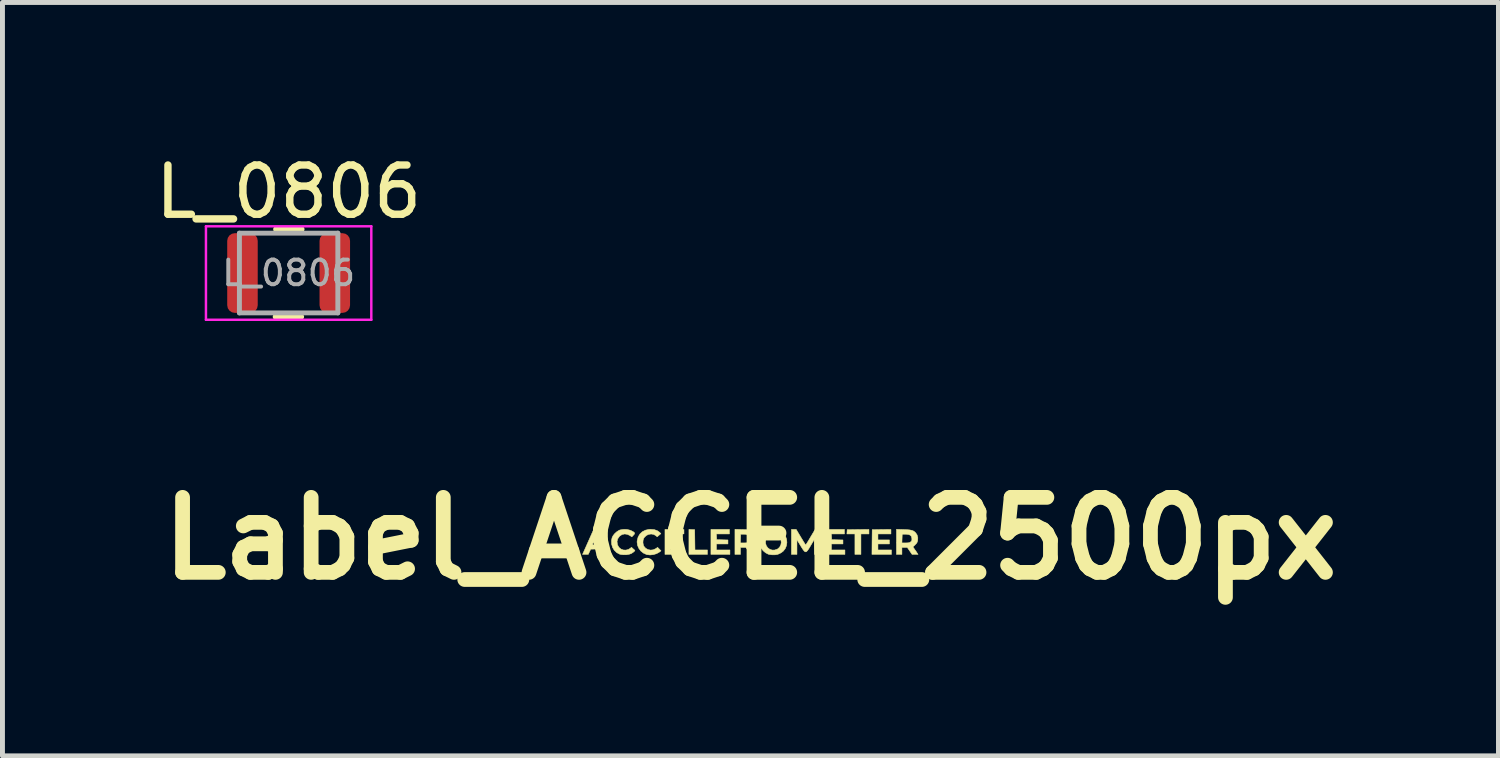
<source format=kicad_pcb>
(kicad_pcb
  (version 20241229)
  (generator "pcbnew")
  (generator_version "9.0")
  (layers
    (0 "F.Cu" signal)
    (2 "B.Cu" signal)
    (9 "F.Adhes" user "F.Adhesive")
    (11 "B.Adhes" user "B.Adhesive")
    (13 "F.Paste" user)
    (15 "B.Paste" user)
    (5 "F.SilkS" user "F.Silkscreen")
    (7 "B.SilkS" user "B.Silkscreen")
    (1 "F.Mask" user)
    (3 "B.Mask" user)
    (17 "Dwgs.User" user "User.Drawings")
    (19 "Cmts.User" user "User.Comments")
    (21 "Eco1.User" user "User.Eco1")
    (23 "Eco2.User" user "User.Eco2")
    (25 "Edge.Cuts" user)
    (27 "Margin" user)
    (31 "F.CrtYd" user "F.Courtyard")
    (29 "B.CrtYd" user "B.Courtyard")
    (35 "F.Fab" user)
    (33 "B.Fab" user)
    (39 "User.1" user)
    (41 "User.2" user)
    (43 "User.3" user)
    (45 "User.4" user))
  (footprint "Label_ACCEL_2500px"
    (layer "F.Cu")
    (at 12.199 7.891)
    (property "Reference" "Label_ACCEL_2500px" (at 0 0 0) (layer "F.SilkS") (effects (font (size 1.524 1.524) (thickness 0.3))))
    (attr through_hole)
    (fp_poly (pts (xy -1.191 -0.181) (xy -1.133 -0.178) (xy -1.127 0.234) (xy -0.874 0.234) (xy -0.874 0.325) (xy -1.25 0.325) (xy -1.25 -0.184) (xy -1.191 -0.181)) (stroke (width 0.01) (type solid)) (fill yes) (layer "F.SilkS"))
    (fp_poly (pts (xy 2.408 -0.091) (xy 2.245 -0.091) (xy 2.245 0.325) (xy 2.123 0.325) (xy 2.123 -0.091) (xy 1.96 -0.091) (xy 1.963 -0.135) (xy 1.966 -0.178) (xy 2.187 -0.181) (xy 2.408 -0.183) (xy 2.408 -0.091)) (stroke (width 0.01) (type solid)) (fill yes) (layer "F.SilkS"))
    (fp_poly (pts (xy -1.351 -0.092) (xy -1.621 -0.086) (xy -1.621 0.025) (xy -1.382 0.031) (xy -1.382 0.111) (xy -1.501 0.114) (xy -1.621 0.117) (xy -1.624 0.175) (xy -1.627 0.234) (xy -1.341 0.234) (xy -1.341 0.325) (xy -1.737 0.325) (xy -1.737 -0.183) (xy -1.351 -0.183) (xy -1.351 -0.092)) (stroke (width 0.01) (type solid)) (fill yes) (layer "F.SilkS"))
    (fp_poly (pts (xy -0.427 -0.091) (xy -0.692 -0.091) (xy -0.689 -0.033) (xy -0.686 0.025) (xy -0.572 0.028) (xy -0.457 0.031) (xy -0.457 0.112) (xy -0.691 0.112) (xy -0.691 0.234) (xy -0.417 0.234) (xy -0.417 0.325) (xy -0.803 0.325) (xy -0.803 -0.183) (xy -0.427 -0.183) (xy -0.427 -0.091)) (stroke (width 0.01) (type solid)) (fill yes) (layer "F.SilkS"))
    (fp_poly (pts (xy 1.91 -0.091) (xy 1.645 -0.091) (xy 1.648 -0.033) (xy 1.651 0.025) (xy 1.765 0.028) (xy 1.88 0.031) (xy 1.88 0.112) (xy 1.646 0.112) (xy 1.646 0.234) (xy 1.92 0.234) (xy 1.92 0.325) (xy 1.534 0.325) (xy 1.534 -0.183) (xy 1.91 -0.183) (xy 1.91 -0.091)) (stroke (width 0.01) (type solid)) (fill yes) (layer "F.SilkS"))
    (fp_poly (pts (xy 2.855 -0.091) (xy 2.591 -0.091) (xy 2.591 0.03) (xy 2.824 0.03) (xy 2.824 0.112) (xy 2.591 0.112) (xy 2.591 0.234) (xy 2.865 0.234) (xy 2.865 0.325) (xy 2.469 0.325) (xy 2.471 0.074) (xy 2.474 -0.178) (xy 2.664 -0.181) (xy 2.855 -0.183) (xy 2.855 -0.091)) (stroke (width 0.01) (type solid)) (fill yes) (layer "F.SilkS"))
    (fp_poly (pts (xy 1.024 -0.025) (xy 1.055 0.025) (xy 1.081 0.069) (xy 1.103 0.103) (xy 1.117 0.125) (xy 1.123 0.132) (xy 1.129 0.124) (xy 1.144 0.101) (xy 1.166 0.066) (xy 1.193 0.021) (xy 1.22 -0.025) (xy 1.314 -0.183) (xy 1.399 -0.183) (xy 1.406 -0.029) (xy 1.408 0.036) (xy 1.41 0.103) (xy 1.412 0.166) (xy 1.412 0.217) (xy 1.412 0.225) (xy 1.412 0.325) (xy 1.301 0.325) (xy 1.298 0.175) (xy 1.295 0.025) (xy 1.221 0.15) (xy 1.187 0.207) (xy 1.16 0.246) (xy 1.138 0.269) (xy 1.118 0.273) (xy 1.096 0.261) (xy 1.072 0.231) (xy 1.041 0.184) (xy 1.019 0.148) (xy 0.945 0.026) (xy 0.945 0.325) (xy 0.833 0.325) (xy 0.833 -0.183) (xy 0.93 -0.183) (xy 1.024 -0.025)) (stroke (width 0.01) (type solid)) (fill yes) (layer "F.SilkS"))
    (fp_poly (pts (xy -2.995 -0.008) (xy -2.967 0.054) (xy -2.94 0.116) (xy -2.914 0.173) (xy -2.893 0.22) (xy -2.881 0.246) (xy -2.845 0.325) (xy -2.965 0.325) (xy -2.991 0.269) (xy -3.017 0.213) (xy -3.246 0.218) (xy -3.271 0.272) (xy -3.296 0.325) (xy -3.412 0.325) (xy -3.324 0.128) (xy -3.211 0.128) (xy -3.201 0.13) (xy -3.176 0.131) (xy -3.141 0.132) (xy -3.129 0.132) (xy -3.092 0.132) (xy -3.063 0.131) (xy -3.049 0.13) (xy -3.048 0.129) (xy -3.052 0.119) (xy -3.061 0.095) (xy -3.075 0.062) (xy -3.09 0.026) (xy -3.105 -0.008) (xy -3.118 -0.036) (xy -3.125 -0.052) (xy -3.126 -0.054) (xy -3.131 -0.048) (xy -3.143 -0.028) (xy -3.157 0.001) (xy -3.174 0.035) (xy -3.189 0.07) (xy -3.202 0.1) (xy -3.209 0.122) (xy -3.211 0.128) (xy -3.324 0.128) (xy -3.186 -0.183) (xy -3.072 -0.183) (xy -2.995 -0.008)) (stroke (width 0.01) (type solid)) (fill yes) (layer "F.SilkS"))
    (fp_poly (pts (xy -1.954 -0.179) (xy -1.894 -0.158) (xy -1.847 -0.125) (xy -1.819 -0.098) (xy -1.857 -0.066) (xy -1.895 -0.033) (xy -1.923 -0.057) (xy -1.967 -0.082) (xy -2.017 -0.09) (xy -2.068 -0.083) (xy -2.114 -0.061) (xy -2.153 -0.025) (xy -2.17 0.001) (xy -2.182 0.042) (xy -2.184 0.09) (xy -2.175 0.136) (xy -2.165 0.159) (xy -2.129 0.2) (xy -2.082 0.226) (xy -2.03 0.237) (xy -1.976 0.231) (xy -1.925 0.208) (xy -1.917 0.203) (xy -1.887 0.181) (xy -1.852 0.216) (xy -1.817 0.251) (xy -1.851 0.278) (xy -1.907 0.309) (xy -1.972 0.329) (xy -2.04 0.336) (xy -2.103 0.329) (xy -2.113 0.326) (xy -2.176 0.297) (xy -2.229 0.254) (xy -2.269 0.2) (xy -2.295 0.139) (xy -2.304 0.073) (xy -2.301 0.042) (xy -2.282 -0.03) (xy -2.246 -0.09) (xy -2.197 -0.136) (xy -2.134 -0.168) (xy -2.061 -0.184) (xy -2.027 -0.185) (xy -1.954 -0.179)) (stroke (width 0.01) (type solid)) (fill yes) (layer "F.SilkS"))
    (fp_poly (pts (xy 3.111 -0.181) (xy 3.181 -0.178) (xy 3.235 -0.173) (xy 3.275 -0.165) (xy 3.307 -0.154) (xy 3.333 -0.137) (xy 3.355 -0.117) (xy 3.386 -0.072) (xy 3.401 -0.016) (xy 3.399 0.037) (xy 3.391 0.07) (xy 3.377 0.097) (xy 3.35 0.126) (xy 3.347 0.129) (xy 3.302 0.172) (xy 3.336 0.221) (xy 3.359 0.253) (xy 3.379 0.283) (xy 3.388 0.297) (xy 3.406 0.325) (xy 3.285 0.325) (xy 3.236 0.254) (xy 3.187 0.183) (xy 3.078 0.183) (xy 3.078 0.325) (xy 2.967 0.325) (xy 2.967 0.091) (xy 3.078 0.091) (xy 3.153 0.091) (xy 3.196 0.09) (xy 3.225 0.086) (xy 3.245 0.077) (xy 3.255 0.07) (xy 3.273 0.053) (xy 3.28 0.034) (xy 3.28 0.004) (xy 3.28 0.002) (xy 3.272 -0.036) (xy 3.253 -0.062) (xy 3.221 -0.078) (xy 3.174 -0.085) (xy 3.152 -0.086) (xy 3.084 -0.086) (xy 3.078 0.091) (xy 2.967 0.091) (xy 2.967 -0.185) (xy 3.111 -0.181)) (stroke (width 0.01) (type solid)) (fill yes) (layer "F.SilkS"))
    (fp_poly (pts (xy -0.17 -0.181) (xy -0.111 -0.18) (xy -0.068 -0.177) (xy -0.037 -0.174) (xy -0.013 -0.168) (xy 0.008 -0.16) (xy 0.026 -0.152) (xy 0.073 -0.117) (xy 0.105 -0.073) (xy 0.121 -0.023) (xy 0.121 0.03) (xy 0.104 0.081) (xy 0.07 0.127) (xy 0.057 0.139) (xy 0.02 0.169) (xy 0.071 0.241) (xy 0.094 0.274) (xy 0.112 0.301) (xy 0.121 0.317) (xy 0.122 0.319) (xy 0.113 0.322) (xy 0.089 0.324) (xy 0.064 0.325) (xy 0.005 0.325) (xy -0.044 0.254) (xy -0.093 0.183) (xy -0.203 0.183) (xy -0.203 0.325) (xy -0.315 0.325) (xy -0.315 0.091) (xy -0.204 0.091) (xy -0.129 0.091) (xy -0.085 0.09) (xy -0.056 0.086) (xy -0.035 0.076) (xy -0.028 0.071) (xy -0.003 0.041) (xy 0.006 0.005) (xy -0.000019 -0.031) (xy -0.021 -0.061) (xy -0.036 -0.071) (xy -0.059 -0.079) (xy -0.094 -0.084) (xy -0.13 -0.086) (xy -0.198 -0.086) (xy -0.204 0.091) (xy -0.315 0.091) (xy -0.315 -0.185) (xy -0.17 -0.181)) (stroke (width 0.01) (type solid)) (fill yes) (layer "F.SilkS"))
    (fp_poly (pts (xy -2.51 -0.183) (xy -2.444 -0.167) (xy -2.423 -0.158) (xy -2.383 -0.137) (xy -2.36 -0.12) (xy -2.353 -0.104) (xy -2.36 -0.086) (xy -2.377 -0.067) (xy -2.41 -0.032) (xy -2.446 -0.057) (xy -2.5 -0.083) (xy -2.555 -0.091) (xy -2.607 -0.08) (xy -2.654 -0.05) (xy -2.664 -0.04) (xy -2.697 0.008) (xy -2.711 0.061) (xy -2.704 0.118) (xy -2.698 0.137) (xy -2.671 0.183) (xy -2.631 0.216) (xy -2.584 0.234) (xy -2.532 0.237) (xy -2.481 0.224) (xy -2.444 0.202) (xy -2.417 0.18) (xy -2.384 0.21) (xy -2.364 0.228) (xy -2.35 0.24) (xy -2.348 0.241) (xy -2.349 0.25) (xy -2.363 0.265) (xy -2.386 0.284) (xy -2.412 0.301) (xy -2.423 0.308) (xy -2.466 0.322) (xy -2.52 0.331) (xy -2.577 0.332) (xy -2.629 0.327) (xy -2.657 0.32) (xy -2.719 0.287) (xy -2.767 0.24) (xy -2.802 0.182) (xy -2.821 0.116) (xy -2.824 0.045) (xy -2.812 -0.014) (xy -2.792 -0.055) (xy -2.759 -0.097) (xy -2.718 -0.134) (xy -2.675 -0.162) (xy -2.652 -0.172) (xy -2.582 -0.184) (xy -2.51 -0.183)) (stroke (width 0.01) (type solid)) (fill yes) (layer "F.SilkS"))
    (fp_poly (pts (xy 0.558 -0.172) (xy 0.62 -0.146) (xy 0.671 -0.105) (xy 0.674 -0.102) (xy 0.713 -0.046) (xy 0.735 0.017) (xy 0.741 0.082) (xy 0.732 0.146) (xy 0.708 0.205) (xy 0.669 0.256) (xy 0.632 0.285) (xy 0.598 0.305) (xy 0.563 0.32) (xy 0.549 0.325) (xy 0.499 0.333) (xy 0.441 0.333) (xy 0.385 0.326) (xy 0.36 0.319) (xy 0.308 0.292) (xy 0.26 0.252) (xy 0.223 0.205) (xy 0.214 0.19) (xy 0.197 0.134) (xy 0.195 0.1) (xy 0.308 0.1) (xy 0.323 0.15) (xy 0.353 0.191) (xy 0.392 0.22) (xy 0.439 0.236) (xy 0.49 0.236) (xy 0.543 0.219) (xy 0.554 0.213) (xy 0.592 0.179) (xy 0.617 0.133) (xy 0.626 0.082) (xy 0.619 0.029) (xy 0.608 0.001) (xy 0.579 -0.044) (xy 0.545 -0.071) (xy 0.502 -0.084) (xy 0.467 -0.086) (xy 0.424 -0.084) (xy 0.394 -0.074) (xy 0.38 -0.065) (xy 0.337 -0.023) (xy 0.312 0.025) (xy 0.308 0.043) (xy 0.308 0.1) (xy 0.195 0.1) (xy 0.193 0.071) (xy 0.2 0.008) (xy 0.22 -0.051) (xy 0.246 -0.092) (xy 0.295 -0.136) (xy 0.356 -0.166) (xy 0.422 -0.182) (xy 0.491 -0.184) (xy 0.558 -0.172)) (stroke (width 0.01) (type solid)) (fill yes) (layer "F.SilkS")))
  (footprint "L_0806"
    (layer "F.Cu")
    (at 2.815 2.498)
    (property "Reference" "L_0806" (at 0 -1.65 0) (layer "F.SilkS") (effects (font (size 1 1) (thickness 0.15))))
    (attr smd)
    (fp_line (start -0.263 0.889) (end 0.254 0.889) (stroke (width 0.12) (type solid)) (layer "F.SilkS"))
    (fp_line (start -0.254 -0.889) (end 0.263 -0.889) (stroke (width 0.12) (type solid)) (layer "F.SilkS"))
    (fp_line (start -1.68 -0.95) (end 1.68 -0.95) (stroke (width 0.05) (type solid)) (layer "F.CrtYd"))
    (fp_line (start -1.68 0.95) (end -1.68 -0.95) (stroke (width 0.05) (type solid)) (layer "F.CrtYd"))
    (fp_line (start 1.68 -0.95) (end 1.68 0.95) (stroke (width 0.05) (type solid)) (layer "F.CrtYd"))
    (fp_line (start 1.68 0.95) (end -1.68 0.95) (stroke (width 0.05) (type solid)) (layer "F.CrtYd"))
    (fp_line (start -1 -0.81) (end 1 -0.81) (stroke (width 0.1) (type solid)) (layer "F.Fab"))
    (fp_line (start -1 0.81) (end -1 -0.81) (stroke (width 0.1) (type solid)) (layer "F.Fab"))
    (fp_line (start 1 -0.81) (end 1 0.81) (stroke (width 0.1) (type solid)) (layer "F.Fab"))
    (fp_line (start 1 0.81) (end -1 0.81) (stroke (width 0.1) (type solid)) (layer "F.Fab"))
    (fp_text user "${REFERENCE}" (at 0 0 0) (layer "F.Fab") (effects (font (size 0.5 0.5) (thickness 0.08))))
    (pad "1" smd roundrect (at -0.938 0) (size 0.62 1.62) (layers "F.Cu" "F.Mask" "F.Paste") (roundrect_rratio 0.25))
    (pad "2" smd roundrect (at 0.938 0) (size 0.62 1.62) (layers "F.Cu" "F.Mask" "F.Paste") (roundrect_rratio 0.25)))
  (gr_rect
    (start -3 -3)
    (end 27.399 12.309)
    (stroke (width 0.1) (type default))
    (fill no)
    (layer "Edge.Cuts")))
</source>
